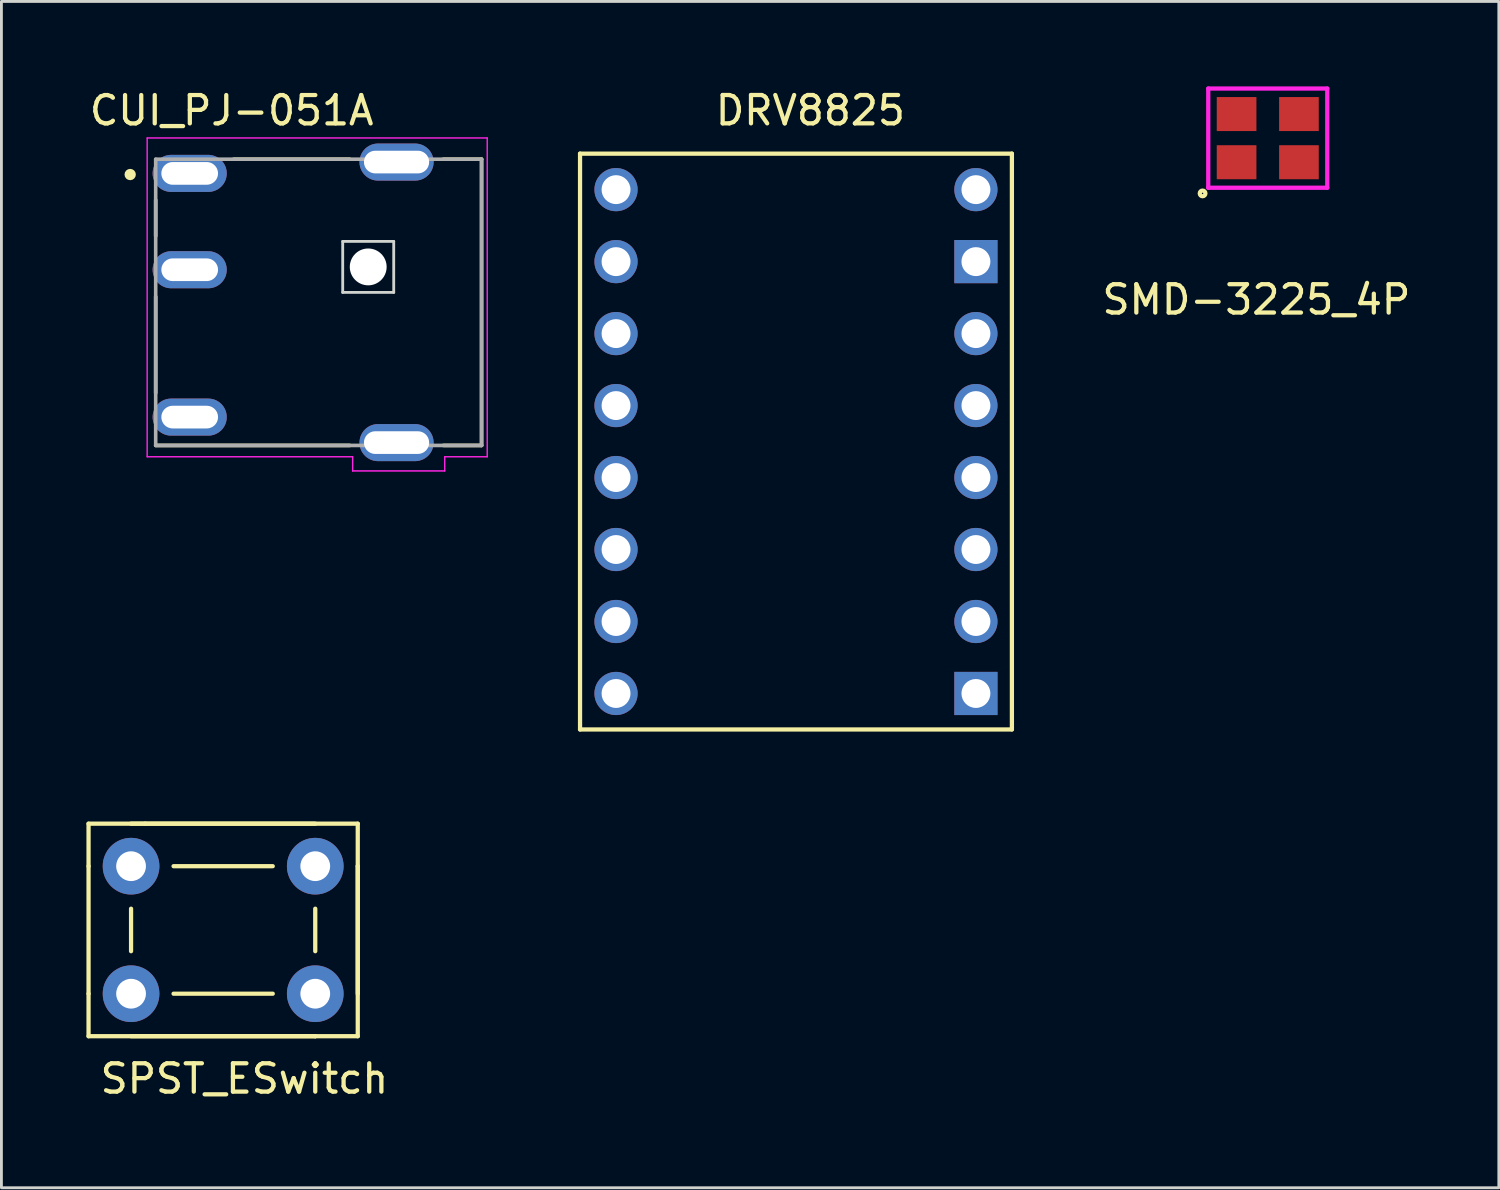
<source format=kicad_pcb>
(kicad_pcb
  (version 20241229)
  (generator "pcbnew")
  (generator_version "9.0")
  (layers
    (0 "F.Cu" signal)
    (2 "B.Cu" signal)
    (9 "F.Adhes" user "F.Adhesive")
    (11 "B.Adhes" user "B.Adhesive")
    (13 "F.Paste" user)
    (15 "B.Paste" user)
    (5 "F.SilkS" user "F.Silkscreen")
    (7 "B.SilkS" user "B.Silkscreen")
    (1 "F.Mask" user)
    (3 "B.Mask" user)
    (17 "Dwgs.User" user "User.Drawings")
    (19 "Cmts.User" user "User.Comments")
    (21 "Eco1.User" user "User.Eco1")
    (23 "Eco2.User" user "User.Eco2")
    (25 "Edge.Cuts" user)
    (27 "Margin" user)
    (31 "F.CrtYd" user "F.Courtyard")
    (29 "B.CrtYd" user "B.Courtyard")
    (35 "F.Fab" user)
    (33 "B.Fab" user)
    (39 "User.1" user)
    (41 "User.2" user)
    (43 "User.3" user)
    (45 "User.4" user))
  (footprint "CUI_PJ-051A"
    (layer "F.Cu")
    (at 8.194 7.619)
    (property "Reference" "CUI_PJ-051A" (at -3.069 -6.77 0) (layer "F.SilkS") (effects (font (size 1 1) (thickness 0.15))))
    (attr through_hole)
    (fp_line (start -5.75 -2.34) (end -5.75 -3.61) (stroke (width 0.127) (type solid)) (layer "F.SilkS"))
    (fp_line (start -5.75 3.2) (end -5.75 -0.2) (stroke (width 0.127) (type solid)) (layer "F.SilkS"))
    (fp_line (start 1.1 -5.05) (end -3 -5.05) (stroke (width 0.127) (type solid)) (layer "F.SilkS"))
    (fp_line (start 1.1 5.05) (end -5.75 5.05) (stroke (width 0.127) (type solid)) (layer "F.SilkS"))
    (fp_line (start 5.75 -5.05) (end 4.4 -5.05) (stroke (width 0.127) (type solid)) (layer "F.SilkS"))
    (fp_line (start 5.75 -5.05) (end 5.75 5.05) (stroke (width 0.127) (type solid)) (layer "F.SilkS"))
    (fp_line (start 5.75 5.05) (end 4.4 5.05) (stroke (width 0.127) (type solid)) (layer "F.SilkS"))
    (fp_circle (center -6.65 -4.51) (end -6.55 -4.51) (stroke (width 0.2) (type solid)) (fill no) (layer "F.SilkS"))
    (fp_line (start 0.85 -2.15) (end 2.65 -2.15) (stroke (width 0.1) (type solid)) (layer "Edge.Cuts"))
    (fp_line (start 0.85 -0.35) (end 0.85 -2.15) (stroke (width 0.1) (type solid)) (layer "Edge.Cuts"))
    (fp_line (start 2.65 -2.15) (end 2.65 -0.35) (stroke (width 0.1) (type solid)) (layer "Edge.Cuts"))
    (fp_line (start 2.65 -0.35) (end 0.85 -0.35) (stroke (width 0.1) (type solid)) (layer "Edge.Cuts"))
    (fp_line (start -6.05 -5.8) (end -6.05 5.45) (stroke (width 0.05) (type solid)) (layer "F.CrtYd"))
    (fp_line (start 1.2 5.45) (end -6.05 5.45) (stroke (width 0.05) (type solid)) (layer "F.CrtYd"))
    (fp_line (start 1.2 5.45) (end 1.2 5.95) (stroke (width 0.05) (type solid)) (layer "F.CrtYd"))
    (fp_line (start 4.45 5.95) (end 1.2 5.95) (stroke (width 0.05) (type solid)) (layer "F.CrtYd"))
    (fp_line (start 4.45 5.95) (end 4.45 5.45) (stroke (width 0.05) (type solid)) (layer "F.CrtYd"))
    (fp_line (start 5.95 -5.8) (end -6.05 -5.8) (stroke (width 0.05) (type solid)) (layer "F.CrtYd"))
    (fp_line (start 5.95 5.45) (end 4.45 5.45) (stroke (width 0.05) (type solid)) (layer "F.CrtYd"))
    (fp_line (start 5.95 5.45) (end 5.95 -5.8) (stroke (width 0.05) (type solid)) (layer "F.CrtYd"))
    (fp_line (start -5.75 -5.05) (end 5.75 -5.05) (stroke (width 0.127) (type solid)) (layer "F.Fab"))
    (fp_line (start -5.75 5.05) (end -5.75 -5.05) (stroke (width 0.127) (type solid)) (layer "F.Fab"))
    (fp_line (start 5.75 -5.05) (end 5.75 5.05) (stroke (width 0.127) (type solid)) (layer "F.Fab"))
    (fp_line (start 5.75 5.05) (end -5.75 5.05) (stroke (width 0.127) (type solid)) (layer "F.Fab"))
    (pad "" np_thru_hole circle (at 1.75 -1.25) (size 1.3 1.3) (drill 1.3) (layers "*.Cu" "*.Mask"))
    (pad "1" thru_hole oval (at -4.55 -4.55) (size 2.616 1.308) (drill oval 2 0.8) (layers "*.Cu" "*.Mask"))
    (pad "2" thru_hole oval (at -4.55 4.05) (size 2.616 1.308) (drill oval 2 0.8) (layers "*.Cu" "*.Mask"))
    (pad "3" thru_hole oval (at -4.55 -1.15) (size 2.616 1.308) (drill oval 2 0.8) (layers "*.Cu" "*.Mask"))
    (pad "5" thru_hole oval (at 2.75 4.95) (size 2.616 1.308) (drill oval 2.3 0.8) (layers "*.Cu" "*.Mask"))
    (pad "6" thru_hole oval (at 2.75 -4.95) (size 2.616 1.308) (drill oval 2.3 0.8) (layers "*.Cu" "*.Mask")))
  (footprint "DRV8825"
    (layer "F.Cu")
    (at 17.419 22.692)
    (property "Reference" "DRV8825" (at 8.128 -21.844 0) (layer "F.SilkS") (effects (font (size 1 1) (thickness 0.15))))
    (attr through_hole)
    (fp_line (start 0 -20.32) (end 0 0) (stroke (width 0.15) (type solid)) (layer "F.SilkS"))
    (fp_line (start 0 0) (end 15.24 0) (stroke (width 0.15) (type solid)) (layer "F.SilkS"))
    (fp_line (start 15.24 -20.32) (end 0 -20.32) (stroke (width 0.15) (type solid)) (layer "F.SilkS"))
    (fp_line (start 15.24 0) (end 15.24 -20.32) (stroke (width 0.15) (type solid)) (layer "F.SilkS"))
    (pad "1" thru_hole circle (at 1.27 -19.05) (size 1.524 1.524) (drill 1.02) (layers "*.Cu" "*.Mask"))
    (pad "2" thru_hole circle (at 1.27 -16.51) (size 1.524 1.524) (drill 1.02) (layers "*.Cu" "*.Mask"))
    (pad "3" thru_hole circle (at 1.27 -13.97) (size 1.524 1.524) (drill 1.02) (layers "*.Cu" "*.Mask"))
    (pad "4" thru_hole circle (at 1.27 -11.43) (size 1.524 1.524) (drill 1.02) (layers "*.Cu" "*.Mask"))
    (pad "5" thru_hole circle (at 1.27 -8.89) (size 1.524 1.524) (drill 1.02) (layers "*.Cu" "*.Mask"))
    (pad "6" thru_hole circle (at 1.27 -6.35) (size 1.524 1.524) (drill 1.02) (layers "*.Cu" "*.Mask"))
    (pad "7" thru_hole circle (at 1.27 -3.81) (size 1.524 1.524) (drill 1.02) (layers "*.Cu" "*.Mask"))
    (pad "8" thru_hole circle (at 1.27 -1.27) (size 1.524 1.524) (drill 1.02) (layers "*.Cu" "*.Mask"))
    (pad "9" thru_hole circle (at 13.97 -19.05) (size 1.524 1.524) (drill 1.02) (layers "*.Cu" "*.Mask"))
    (pad "10" thru_hole rect (at 13.97 -16.51) (size 1.524 1.524) (drill 1.02) (layers "*.Cu" "*.Mask"))
    (pad "11" thru_hole circle (at 13.97 -13.97) (size 1.524 1.524) (drill 1.02) (layers "*.Cu" "*.Mask"))
    (pad "12" thru_hole circle (at 13.97 -11.43) (size 1.524 1.524) (drill 1.02) (layers "*.Cu" "*.Mask"))
    (pad "13" thru_hole circle (at 13.97 -8.89) (size 1.524 1.524) (drill 1.02) (layers "*.Cu" "*.Mask"))
    (pad "14" thru_hole circle (at 13.97 -6.35) (size 1.524 1.524) (drill 1.02) (layers "*.Cu" "*.Mask"))
    (pad "15" thru_hole circle (at 13.97 -3.81) (size 1.524 1.524) (drill 1.02) (layers "*.Cu" "*.Mask"))
    (pad "16" thru_hole rect (at 13.97 -1.27) (size 1.524 1.524) (drill 1.02) (layers "*.Cu" "*.Mask")))
  (footprint "SPST_ESwitch"
    (layer "F.Cu")
    (at 1.575 27.517)
    (property "Reference" "SPST_ESwitch" (at 4 7.5 0) (layer "F.SilkS") (effects (font (size 1 1) (thickness 0.15))))
    (attr through_hole)
    (fp_line (start -1.5 -1.5) (end 0.5 -1.5) (stroke (width 0.15) (type solid)) (layer "F.SilkS"))
    (fp_line (start -1.5 0) (end -1.5 -1.5) (stroke (width 0.15) (type solid)) (layer "F.SilkS"))
    (fp_line (start -1.5 4.5) (end -1.5 0) (stroke (width 0.15) (type solid)) (layer "F.SilkS"))
    (fp_line (start -1.5 6) (end -1.5 4.5) (stroke (width 0.15) (type solid)) (layer "F.SilkS"))
    (fp_line (start 0 -1.5) (end 6.5 -1.5) (stroke (width 0.15) (type solid)) (layer "F.SilkS"))
    (fp_line (start 0 3) (end 0 1.5) (stroke (width 0.15) (type solid)) (layer "F.SilkS"))
    (fp_line (start 0.5 -1.5) (end 8 -1.5) (stroke (width 0.15) (type solid)) (layer "F.SilkS"))
    (fp_line (start 1.5 0) (end 5 0) (stroke (width 0.15) (type solid)) (layer "F.SilkS"))
    (fp_line (start 1.5 4.5) (end 5 4.5) (stroke (width 0.15) (type solid)) (layer "F.SilkS"))
    (fp_line (start 6.5 1.5) (end 6.5 3) (stroke (width 0.15) (type solid)) (layer "F.SilkS"))
    (fp_line (start 6.5 6) (end -1.5 6) (stroke (width 0.15) (type solid)) (layer "F.SilkS"))
    (fp_line (start 6.5 6) (end 0 6) (stroke (width 0.15) (type solid)) (layer "F.SilkS"))
    (fp_line (start 8 -1.5) (end 8 0) (stroke (width 0.15) (type solid)) (layer "F.SilkS"))
    (fp_line (start 8 0) (end 8 4.5) (stroke (width 0.15) (type solid)) (layer "F.SilkS"))
    (fp_line (start 8 0) (end 8 6) (stroke (width 0.15) (type solid)) (layer "F.SilkS"))
    (fp_line (start 8 6) (end 6.5 6) (stroke (width 0.15) (type solid)) (layer "F.SilkS"))
    (pad "1" thru_hole circle (at 0 0) (size 2 2) (drill 1.05) (layers "*.Cu" "*.Mask"))
    (pad "2" thru_hole circle (at 6.5 0) (size 2 2) (drill 1.05) (layers "*.Cu" "*.Mask"))
    (pad "3" thru_hole circle (at 0 4.5) (size 2 2) (drill 1.05) (layers "*.Cu" "*.Mask"))
    (pad "4" thru_hole circle (at 6.5 4.5) (size 2 2) (drill 1.05) (layers "*.Cu" "*.Mask")))
  (footprint "SMD-3225_4P"
    (layer "F.Cu")
    (at 41.288 3.275)
    (property "Reference" "SMD-3225_4P" (at 0 4.25 0) (layer "F.SilkS") (effects (font (size 1 1) (thickness 0.15))))
    (attr through_hole)
    (fp_circle (center -1.9 0.5) (end -1.9 0.6) (stroke (width 0.15) (type solid)) (fill no) (layer "F.SilkS"))
    (fp_line (start -1.7 -3.2) (end 2.5 -3.2) (stroke (width 0.15) (type solid)) (layer "F.CrtYd"))
    (fp_line (start -1.7 0.3) (end -1.7 -3.2) (stroke (width 0.15) (type solid)) (layer "F.CrtYd"))
    (fp_line (start 2.5 -3.2) (end 2.5 0.3) (stroke (width 0.15) (type solid)) (layer "F.CrtYd"))
    (fp_line (start 2.5 0.3) (end -1.7 0.3) (stroke (width 0.15) (type solid)) (layer "F.CrtYd"))
    (pad "1" smd rect (at -0.7 -0.6) (size 1.4 1.2) (layers "F.Cu" "F.Mask" "F.Paste"))
    (pad "2" smd rect (at 1.5 -0.6) (size 1.4 1.2) (layers "F.Cu" "F.Mask" "F.Paste"))
    (pad "3" smd rect (at 1.5 -2.3) (size 1.4 1.2) (layers "F.Cu" "F.Mask" "F.Paste"))
    (pad "4" smd rect (at -0.7 -2.3) (size 1.4 1.2) (layers "F.Cu" "F.Mask" "F.Paste")))
  (gr_rect
    (start -3 -3)
    (end 49.842 38.865)
    (stroke (width 0.1) (type default))
    (fill no)
    (layer "Edge.Cuts")))
</source>
